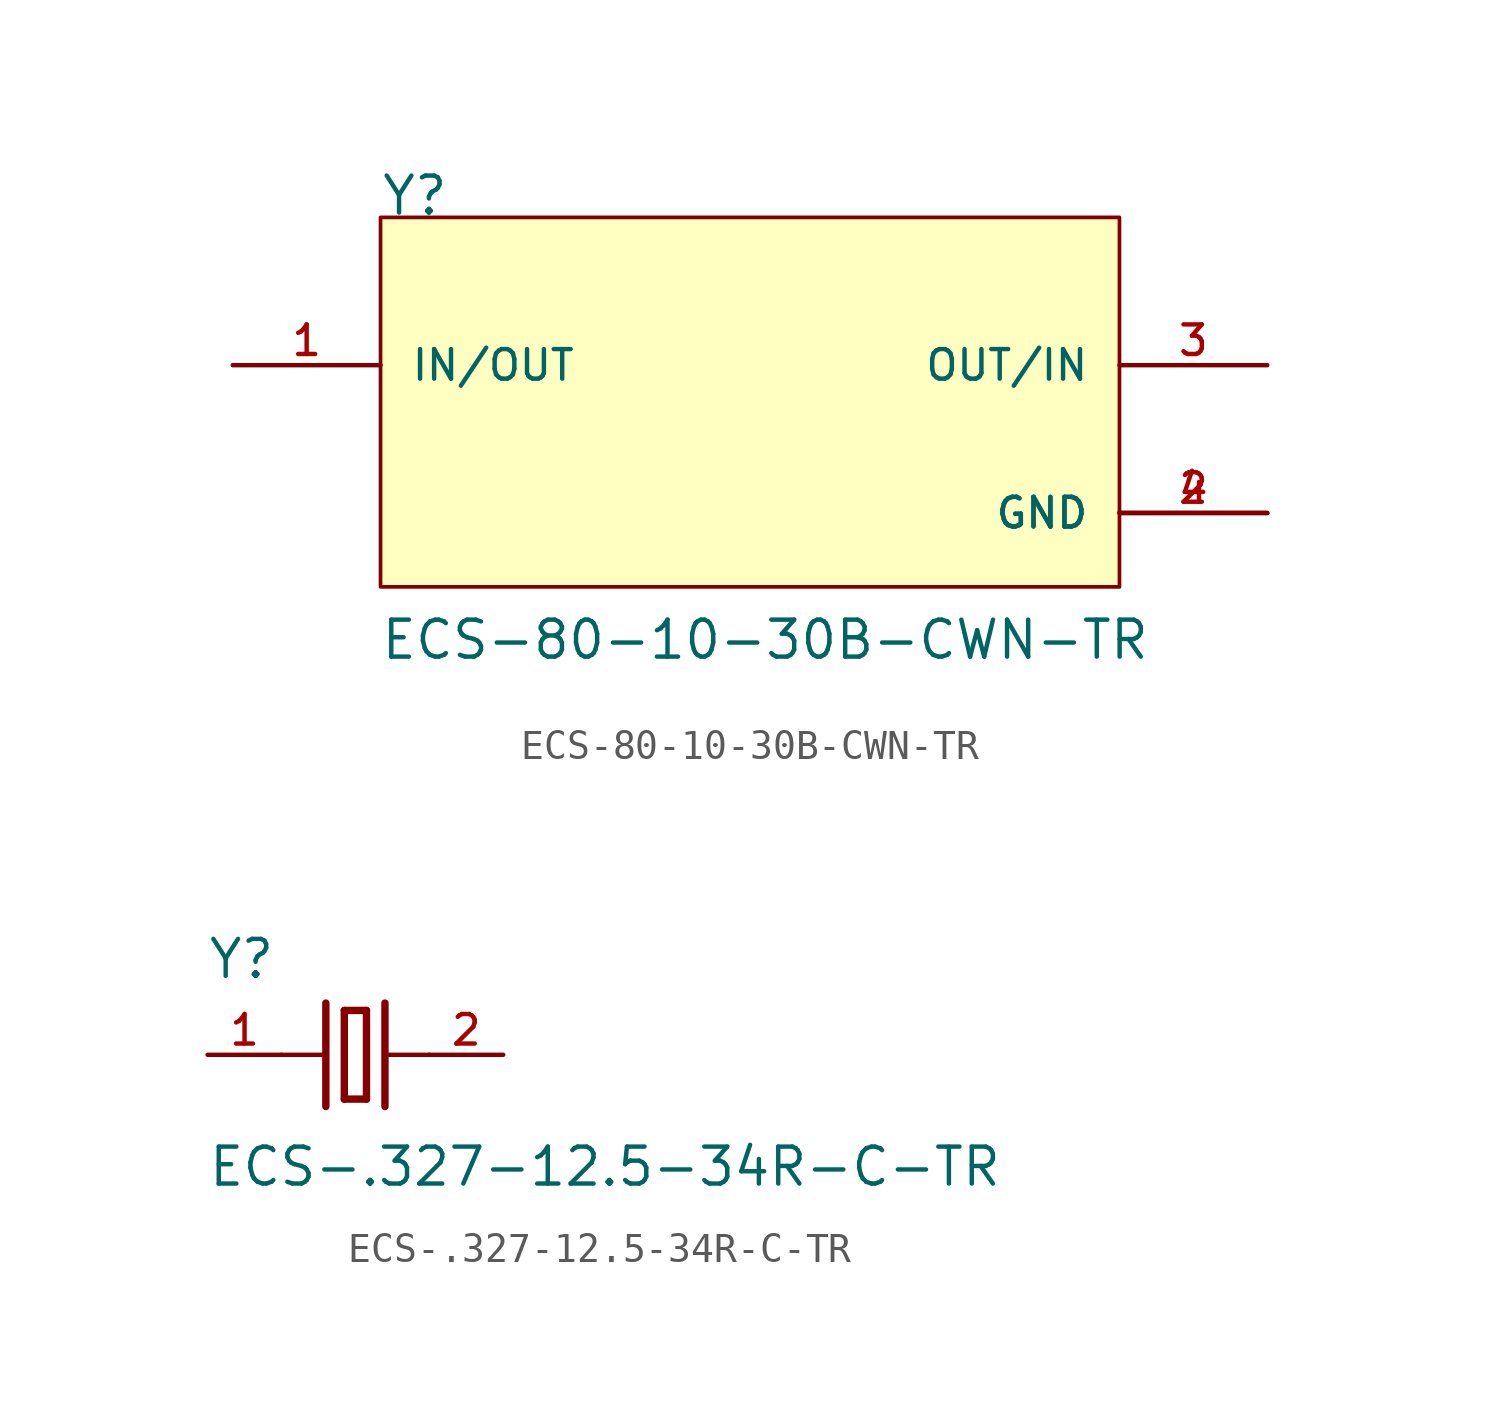
<source format=kicad_sym>
(kicad_symbol_lib
  (version 20211014)
  (generator kicad_symbol_editor)
  (symbol "ECS-80-10-30B-CWN-TR"
    (pin_names
      (offset 1.016))
    (property "Reference" "Y"
      (at -12.708 7.625 0)
      (effects (font (size 1.27 1.27)) (justify bottom left)))
    (property "Value" "ECS-80-10-30B-CWN-TR"
      (at -12.733 -7.64 0)
      (effects (font (size 1.27 1.27)) (justify bottom left)))
    (symbol "ECS-80-10-30B-CWN-TR_0_0"
      (rectangle (start -12.7 -5.08) (end 12.7 7.62) (stroke (width 0.127)) (fill (type background)))
      (pin bidirectional line (at 17.78 2.54 180.0) (length 5.08) (name "OUT/IN" (effects (font (size 1.016 1.016)))) (number "3" (effects (font (size 1.016 1.016)))))
      (pin bidirectional line (at -17.78 2.54 0) (length 5.08) (name "IN/OUT" (effects (font (size 1.016 1.016)))) (number "1" (effects (font (size 1.016 1.016)))))
      (pin power_in line (at 17.78 -2.54 180.0) (length 5.08) (name "GND" (effects (font (size 1.016 1.016)))) (number "2" (effects (font (size 1.016 1.016)))))
      (pin power_in line (at 17.78 -2.54 180.0) (length 5.08) (name "GND" (effects (font (size 1.016 1.016)))) (number "4" (effects (font (size 1.016 1.016)))))))
  (symbol "ECS-.327-12.5-34R-C-TR"
    (pin_names
      (offset 1.016))
    (property "Reference" "Y"
      (at -5.103 2.551 0)
      (effects (font (size 1.27 1.27)) (justify bottom left)))
    (property "Value" "ECS-.327-12.5-34R-C-TR"
      (at -5.099 -4.589 0)
      (effects (font (size 1.27 1.27)) (justify bottom left)))
    (symbol "ECS-.327-12.5-34R-C-TR_0_0"
      (polyline (pts (xy 1.016 0.0) (xy 2.54 0.0)) (stroke (width 0.152)))
      (polyline (pts (xy -2.54 0.0) (xy -1.016 0.0)) (stroke (width 0.152)))
      (polyline (pts (xy -0.381 1.524) (xy -0.381 -1.524)) (stroke (width 0.254)))
      (polyline (pts (xy -0.381 -1.524) (xy 0.381 -1.524)) (stroke (width 0.254)))
      (polyline (pts (xy 0.381 -1.524) (xy 0.381 1.524)) (stroke (width 0.254)))
      (polyline (pts (xy 0.381 1.524) (xy -0.381 1.524)) (stroke (width 0.254)))
      (polyline (pts (xy 1.016 1.778) (xy 1.016 -1.778)) (stroke (width 0.254)))
      (polyline (pts (xy -1.016 1.778) (xy -1.016 -1.778)) (stroke (width 0.254)))
      (pin passive line (at 5.08 0.0 180.0) (length 2.54) (name "~" (effects (font (size 1.016 1.016)))) (number "2" (effects (font (size 1.016 1.016)))))
      (pin passive line (at -5.08 0.0 0) (length 2.54) (name "~" (effects (font (size 1.016 1.016)))) (number "1" (effects (font (size 1.016 1.016))))))))
</source>
